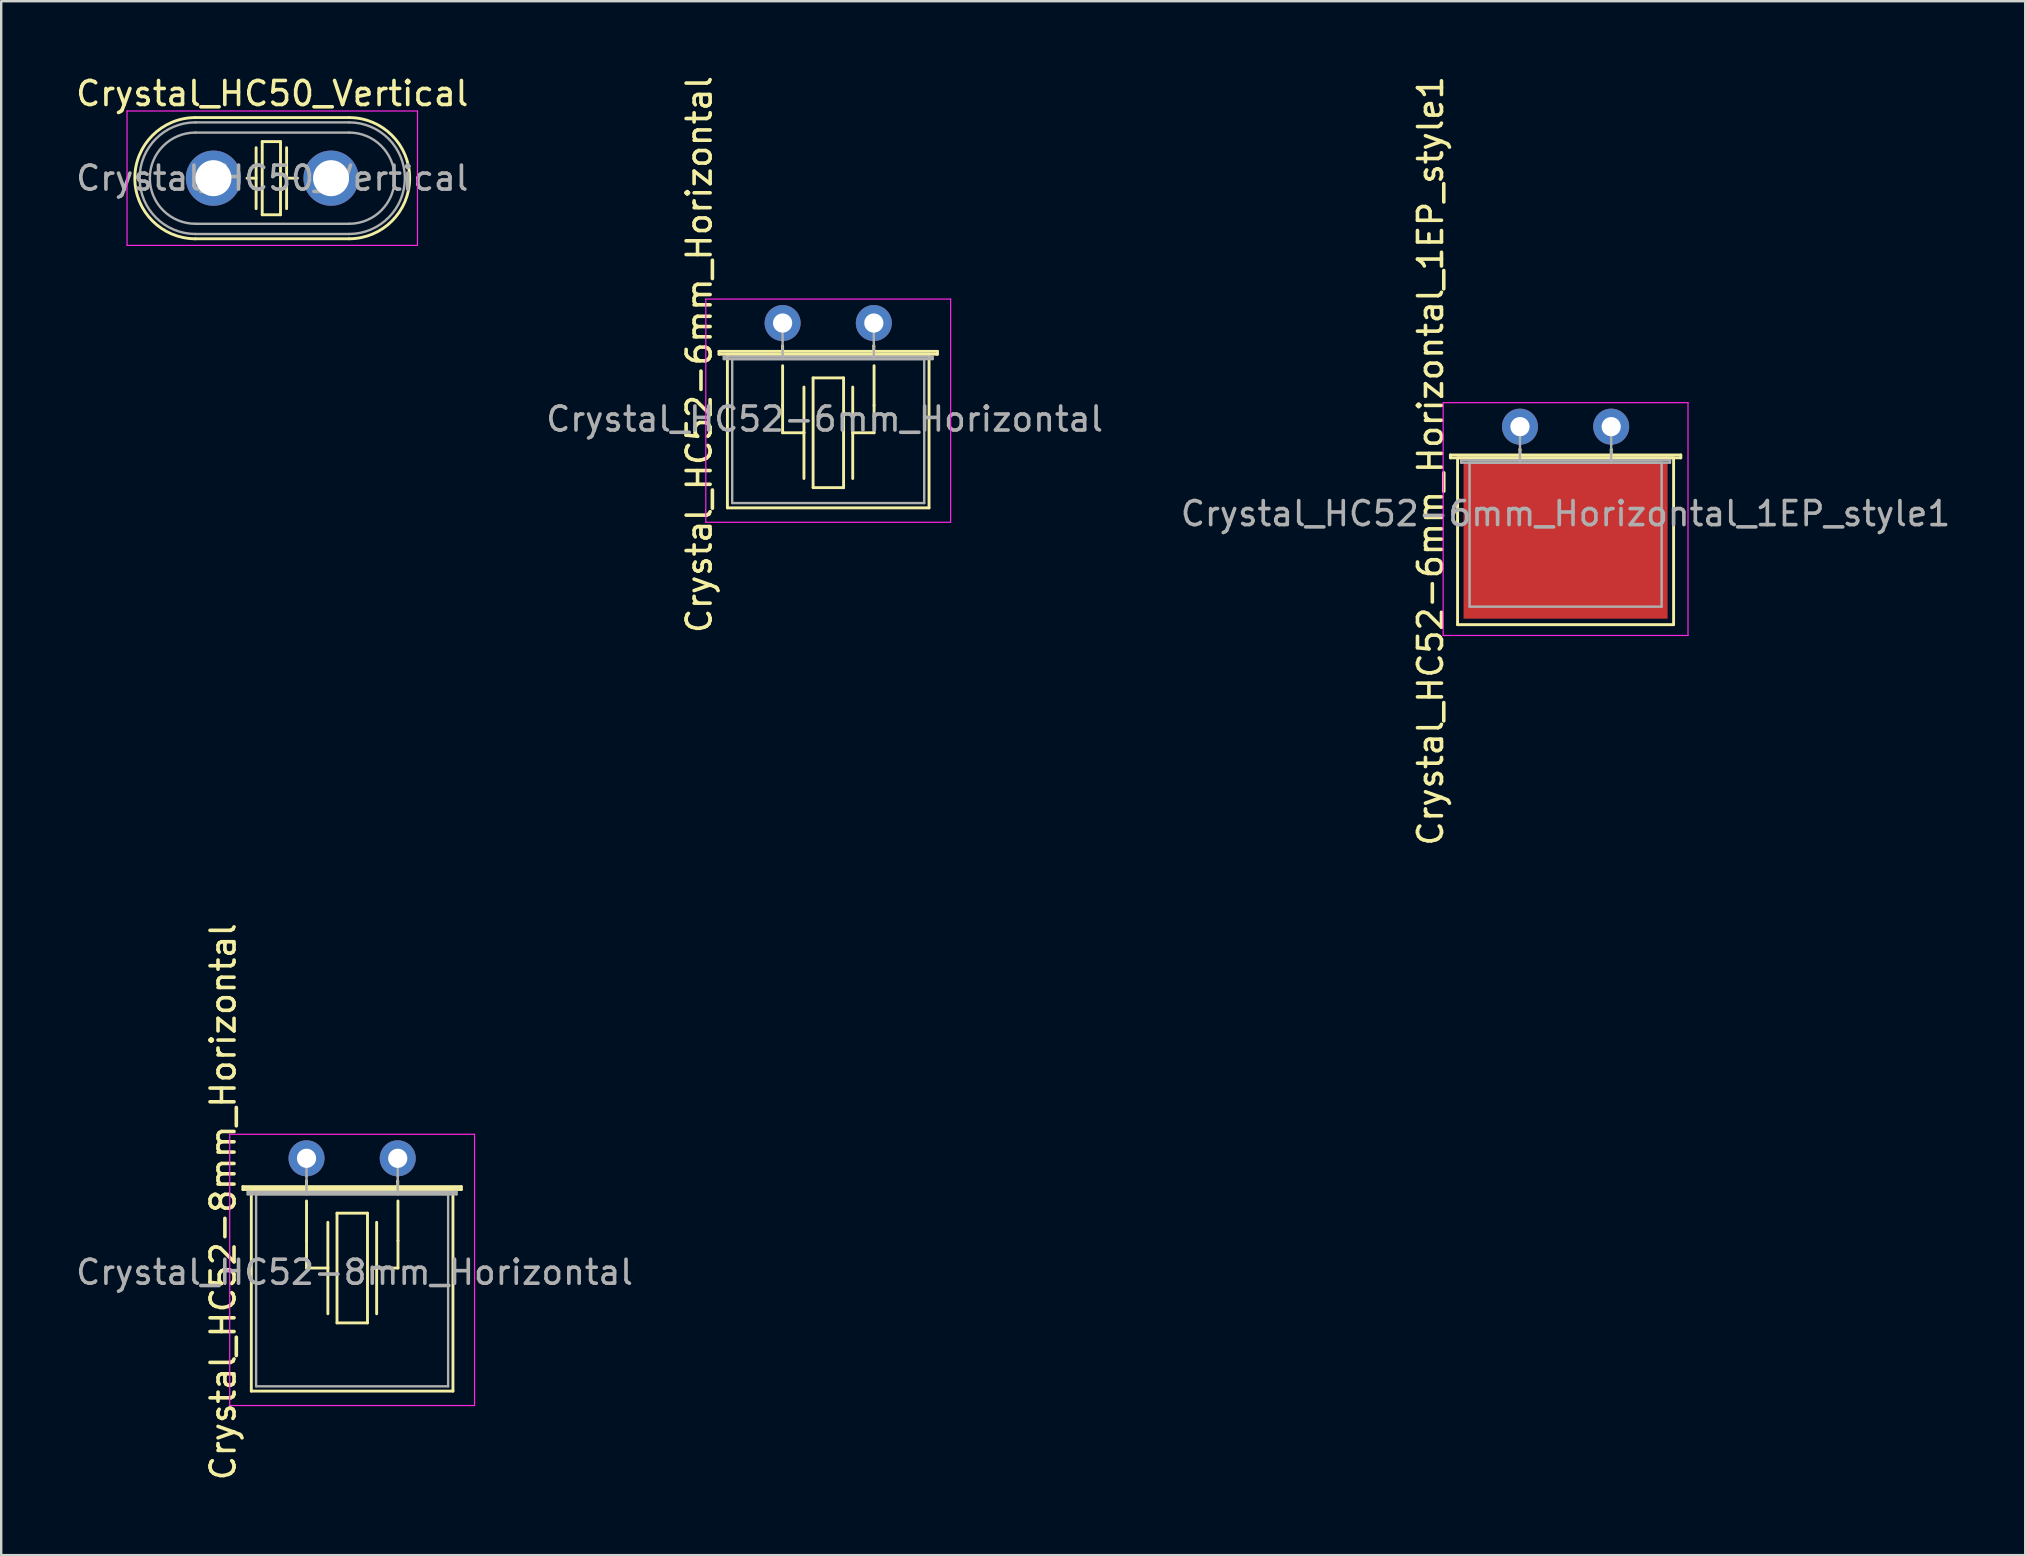
<source format=kicad_pcb>
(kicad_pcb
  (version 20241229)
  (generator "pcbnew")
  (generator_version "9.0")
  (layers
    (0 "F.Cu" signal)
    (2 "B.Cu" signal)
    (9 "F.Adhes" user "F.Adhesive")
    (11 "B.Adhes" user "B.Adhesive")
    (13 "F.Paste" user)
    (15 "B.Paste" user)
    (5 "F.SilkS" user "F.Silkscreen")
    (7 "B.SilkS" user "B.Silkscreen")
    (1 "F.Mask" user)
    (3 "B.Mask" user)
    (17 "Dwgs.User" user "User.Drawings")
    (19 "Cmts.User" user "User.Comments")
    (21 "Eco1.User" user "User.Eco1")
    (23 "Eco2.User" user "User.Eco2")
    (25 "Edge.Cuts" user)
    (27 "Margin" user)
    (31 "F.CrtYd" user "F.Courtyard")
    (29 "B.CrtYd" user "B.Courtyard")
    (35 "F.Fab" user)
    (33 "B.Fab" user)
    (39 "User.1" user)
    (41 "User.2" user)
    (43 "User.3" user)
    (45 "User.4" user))
  (footprint "Crystal_HC52-6mm_Horizontal"
    (layer "F.Cu")
    (at 29.554 10.408)
    (property "Reference" "Crystal_HC52-6mm_Horizontal" (at -3.475 1.312 90) (layer "F.SilkS") (effects (font (size 1 1) (thickness 0.15))))
    (attr through_hole)
    (fp_line (start -2.65 1.18) (end 6.45 1.18) (stroke (width 0.12) (type solid)) (layer "F.SilkS"))
    (fp_line (start -2.65 1.3) (end -2.65 1.18) (stroke (width 0.12) (type solid)) (layer "F.SilkS"))
    (fp_line (start -2.3 1.3) (end -2.3 7.7) (stroke (width 0.12) (type solid)) (layer "F.SilkS"))
    (fp_line (start -2.3 7.7) (end 6.1 7.7) (stroke (width 0.12) (type solid)) (layer "F.SilkS"))
    (fp_line (start 0 0.95) (end 0 0.95) (stroke (width 0.12) (type solid)) (layer "F.SilkS"))
    (fp_line (start 0 1.3) (end 0 0.95) (stroke (width 0.12) (type solid)) (layer "F.SilkS"))
    (fp_line (start 0 1.778) (end 0 3.429) (stroke (width 0.12) (type solid)) (layer "F.SilkS"))
    (fp_line (start 0 3.429) (end 0 4.572) (stroke (width 0.12) (type solid)) (layer "F.SilkS"))
    (fp_line (start 0 4.572) (end 0.889 4.572) (stroke (width 0.12) (type solid)) (layer "F.SilkS"))
    (fp_line (start 0.889 4.572) (end 0.889 2.667) (stroke (width 0.12) (type solid)) (layer "F.SilkS"))
    (fp_line (start 0.889 6.477) (end 0.889 4.572) (stroke (width 0.12) (type solid)) (layer "F.SilkS"))
    (fp_line (start 1.27 2.286) (end 1.27 6.858) (stroke (width 0.12) (type solid)) (layer "F.SilkS"))
    (fp_line (start 1.27 6.858) (end 2.54 6.858) (stroke (width 0.12) (type solid)) (layer "F.SilkS"))
    (fp_line (start 2.54 2.286) (end 1.27 2.286) (stroke (width 0.12) (type solid)) (layer "F.SilkS"))
    (fp_line (start 2.54 6.858) (end 2.54 2.286) (stroke (width 0.12) (type solid)) (layer "F.SilkS"))
    (fp_line (start 2.921 2.667) (end 2.921 4.572) (stroke (width 0.12) (type solid)) (layer "F.SilkS"))
    (fp_line (start 2.921 4.572) (end 2.921 6.477) (stroke (width 0.12) (type solid)) (layer "F.SilkS"))
    (fp_line (start 3.8 0.95) (end 3.8 0.95) (stroke (width 0.12) (type solid)) (layer "F.SilkS"))
    (fp_line (start 3.8 1.3) (end 3.8 0.95) (stroke (width 0.12) (type solid)) (layer "F.SilkS"))
    (fp_line (start 3.81 1.778) (end 3.81 3.429) (stroke (width 0.12) (type solid)) (layer "F.SilkS"))
    (fp_line (start 3.81 3.429) (end 3.81 4.572) (stroke (width 0.12) (type solid)) (layer "F.SilkS"))
    (fp_line (start 3.81 4.572) (end 2.921 4.572) (stroke (width 0.12) (type solid)) (layer "F.SilkS"))
    (fp_line (start 6.1 1.3) (end -2.3 1.3) (stroke (width 0.12) (type solid)) (layer "F.SilkS"))
    (fp_line (start 6.1 7.7) (end 6.1 1.3) (stroke (width 0.12) (type solid)) (layer "F.SilkS"))
    (fp_line (start 6.45 1.18) (end 6.45 1.3) (stroke (width 0.12) (type solid)) (layer "F.SilkS"))
    (fp_line (start 6.45 1.3) (end -2.65 1.3) (stroke (width 0.12) (type solid)) (layer "F.SilkS"))
    (fp_line (start -3.2 -1) (end -3.2 8.3) (stroke (width 0.05) (type solid)) (layer "F.CrtYd"))
    (fp_line (start -3.2 8.3) (end 7 8.3) (stroke (width 0.05) (type solid)) (layer "F.CrtYd"))
    (fp_line (start 7 -1) (end -3.2 -1) (stroke (width 0.05) (type solid)) (layer "F.CrtYd"))
    (fp_line (start 7 8.3) (end 7 -1) (stroke (width 0.05) (type solid)) (layer "F.CrtYd"))
    (fp_line (start -2.45 1.4) (end 6.25 1.4) (stroke (width 0.1) (type solid)) (layer "F.Fab"))
    (fp_line (start -2.45 1.5) (end -2.45 1.4) (stroke (width 0.1) (type solid)) (layer "F.Fab"))
    (fp_line (start -2.1 1.5) (end -2.1 7.5) (stroke (width 0.1) (type solid)) (layer "F.Fab"))
    (fp_line (start -2.1 7.5) (end 5.9 7.5) (stroke (width 0.1) (type solid)) (layer "F.Fab"))
    (fp_line (start 0 0.75) (end 0 0) (stroke (width 0.1) (type solid)) (layer "F.Fab"))
    (fp_line (start 0 1.5) (end 0 0.75) (stroke (width 0.1) (type solid)) (layer "F.Fab"))
    (fp_line (start 3.8 0.75) (end 3.8 0) (stroke (width 0.1) (type solid)) (layer "F.Fab"))
    (fp_line (start 3.8 1.5) (end 3.8 0.75) (stroke (width 0.1) (type solid)) (layer "F.Fab"))
    (fp_line (start 5.9 1.5) (end -2.1 1.5) (stroke (width 0.1) (type solid)) (layer "F.Fab"))
    (fp_line (start 5.9 7.5) (end 5.9 1.5) (stroke (width 0.1) (type solid)) (layer "F.Fab"))
    (fp_line (start 6.25 1.4) (end 6.25 1.5) (stroke (width 0.1) (type solid)) (layer "F.Fab"))
    (fp_line (start 6.25 1.5) (end -2.45 1.5) (stroke (width 0.1) (type solid)) (layer "F.Fab"))
    (fp_text user "${REFERENCE}" (at 1.75 4 0) (layer "F.Fab") (effects (font (size 1 1) (thickness 0.15))))
    (pad "1" thru_hole circle (at 0 0) (size 1.5 1.5) (drill 0.8) (layers "*.Cu" "*.Mask"))
    (pad "2" thru_hole circle (at 3.8 0) (size 1.5 1.5) (drill 0.8) (layers "*.Cu" "*.Mask")))
  (footprint "Crystal_HC52-6mm_Horizontal_1EP_style1"
    (layer "F.Cu")
    (at 60.273 14.724)
    (property "Reference" "Crystal_HC52-6mm_Horizontal_1EP_style1" (at -3.725 1.425 90) (layer "F.SilkS") (effects (font (size 1 1) (thickness 0.15))))
    (attr through_hole)
    (fp_line (start -2.9 1.18) (end 6.7 1.18) (stroke (width 0.12) (type solid)) (layer "F.SilkS"))
    (fp_line (start -2.9 1.3) (end -2.9 1.18) (stroke (width 0.12) (type solid)) (layer "F.SilkS"))
    (fp_line (start -2.6 1.3) (end -2.6 8.25) (stroke (width 0.12) (type solid)) (layer "F.SilkS"))
    (fp_line (start -2.6 8.25) (end 6.4 8.25) (stroke (width 0.12) (type solid)) (layer "F.SilkS"))
    (fp_line (start 0 0.95) (end 0 0.95) (stroke (width 0.12) (type solid)) (layer "F.SilkS"))
    (fp_line (start 0 1.3) (end 0 0.95) (stroke (width 0.12) (type solid)) (layer "F.SilkS"))
    (fp_line (start 3.8 0.95) (end 3.8 0.95) (stroke (width 0.12) (type solid)) (layer "F.SilkS"))
    (fp_line (start 3.8 1.3) (end 3.8 0.95) (stroke (width 0.12) (type solid)) (layer "F.SilkS"))
    (fp_line (start 6.35 1.3) (end -2.55 1.3) (stroke (width 0.12) (type solid)) (layer "F.SilkS"))
    (fp_line (start 6.4 8.25) (end 6.4 1.3) (stroke (width 0.12) (type solid)) (layer "F.SilkS"))
    (fp_line (start 6.7 1.18) (end 6.7 1.3) (stroke (width 0.12) (type solid)) (layer "F.SilkS"))
    (fp_line (start 6.7 1.3) (end -2.9 1.3) (stroke (width 0.12) (type solid)) (layer "F.SilkS"))
    (fp_line (start -3.2 -1) (end -3.2 8.7) (stroke (width 0.05) (type solid)) (layer "F.CrtYd"))
    (fp_line (start -3.2 8.7) (end 7 8.7) (stroke (width 0.05) (type solid)) (layer "F.CrtYd"))
    (fp_line (start 7 -1) (end -3.2 -1) (stroke (width 0.05) (type solid)) (layer "F.CrtYd"))
    (fp_line (start 7 8.7) (end 7 -1) (stroke (width 0.05) (type solid)) (layer "F.CrtYd"))
    (fp_line (start -2.45 1.4) (end 6.25 1.4) (stroke (width 0.1) (type solid)) (layer "F.Fab"))
    (fp_line (start -2.45 1.5) (end -2.45 1.4) (stroke (width 0.1) (type solid)) (layer "F.Fab"))
    (fp_line (start -2.1 1.5) (end -2.1 7.5) (stroke (width 0.1) (type solid)) (layer "F.Fab"))
    (fp_line (start -2.1 7.5) (end 5.9 7.5) (stroke (width 0.1) (type solid)) (layer "F.Fab"))
    (fp_line (start 0 0.75) (end 0 0) (stroke (width 0.1) (type solid)) (layer "F.Fab"))
    (fp_line (start 0 1.5) (end 0 0.75) (stroke (width 0.1) (type solid)) (layer "F.Fab"))
    (fp_line (start 3.8 0.75) (end 3.8 0) (stroke (width 0.1) (type solid)) (layer "F.Fab"))
    (fp_line (start 3.8 1.5) (end 3.8 0.75) (stroke (width 0.1) (type solid)) (layer "F.Fab"))
    (fp_line (start 5.9 1.5) (end -2.1 1.5) (stroke (width 0.1) (type solid)) (layer "F.Fab"))
    (fp_line (start 5.9 7.5) (end 5.9 1.5) (stroke (width 0.1) (type solid)) (layer "F.Fab"))
    (fp_line (start 6.25 1.4) (end 6.25 1.5) (stroke (width 0.1) (type solid)) (layer "F.Fab"))
    (fp_line (start 6.25 1.5) (end -2.45 1.5) (stroke (width 0.1) (type solid)) (layer "F.Fab"))
    (fp_text user "${REFERENCE}" (at 1.9 3.625 0) (layer "F.Fab") (effects (font (size 1 1) (thickness 0.15))))
    (pad "1" thru_hole circle (at 0 0) (size 1.5 1.5) (drill 0.8) (layers "*.Cu" "*.Mask"))
    (pad "2" thru_hole circle (at 3.8 0) (size 1.5 1.5) (drill 0.8) (layers "*.Cu" "*.Mask"))
    (pad "3" smd rect (at 1.9 4.75) (size 8.5 6.5) (layers "F.Cu" "F.Mask" "F.Paste")))
  (footprint "Crystal_HC50_Vertical"
    (layer "F.Cu")
    (at 5.842 4.373)
    (property "Reference" "Crystal_HC50_Vertical" (at 2.45 -3.525 0) (layer "F.SilkS") (effects (font (size 1 1) (thickness 0.15))))
    (attr through_hole)
    (fp_line (start -0.75 -2.525) (end 5.65 -2.525) (stroke (width 0.12) (type solid)) (layer "F.SilkS"))
    (fp_line (start -0.75 2.525) (end 5.65 2.525) (stroke (width 0.12) (type solid)) (layer "F.SilkS"))
    (fp_line (start 1.4 0) (end 1.778 0) (stroke (width 0.12) (type solid)) (layer "F.SilkS"))
    (fp_line (start 1.778 -1.27) (end 1.778 1.27) (stroke (width 0.12) (type solid)) (layer "F.SilkS"))
    (fp_line (start 2.032 -1.524) (end 2.032 1.524) (stroke (width 0.12) (type solid)) (layer "F.SilkS"))
    (fp_line (start 2.032 1.524) (end 2.794 1.524) (stroke (width 0.12) (type solid)) (layer "F.SilkS"))
    (fp_line (start 2.794 -1.524) (end 2.032 -1.524) (stroke (width 0.12) (type solid)) (layer "F.SilkS"))
    (fp_line (start 2.794 1.524) (end 2.794 -1.524) (stroke (width 0.12) (type solid)) (layer "F.SilkS"))
    (fp_line (start 3.048 -1.27) (end 3.048 1.27) (stroke (width 0.12) (type solid)) (layer "F.SilkS"))
    (fp_line (start 3.5 0) (end 3.048 0) (stroke (width 0.12) (type solid)) (layer "F.SilkS"))
    (fp_arc (start -0.75 2.525) (mid -3.275 0) (end -0.75 -2.525) (stroke (width 0.12) (type solid)) (layer "F.SilkS"))
    (fp_arc (start 5.65 -2.525) (mid 8.175 0) (end 5.65 2.525) (stroke (width 0.12) (type solid)) (layer "F.SilkS"))
    (fp_line (start -3.6 -2.8) (end -3.6 2.8) (stroke (width 0.05) (type solid)) (layer "F.CrtYd"))
    (fp_line (start -3.6 2.8) (end 8.5 2.8) (stroke (width 0.05) (type solid)) (layer "F.CrtYd"))
    (fp_line (start 8.5 -2.8) (end -3.6 -2.8) (stroke (width 0.05) (type solid)) (layer "F.CrtYd"))
    (fp_line (start 8.5 2.8) (end 8.5 -2.8) (stroke (width 0.05) (type solid)) (layer "F.CrtYd"))
    (fp_line (start -0.75 -2.325) (end 5.65 -2.325) (stroke (width 0.1) (type solid)) (layer "F.Fab"))
    (fp_line (start -0.75 -1.9) (end 5.65 -1.9) (stroke (width 0.1) (type solid)) (layer "F.Fab"))
    (fp_line (start -0.75 1.9) (end 5.65 1.9) (stroke (width 0.1) (type solid)) (layer "F.Fab"))
    (fp_line (start -0.75 2.325) (end 5.65 2.325) (stroke (width 0.1) (type solid)) (layer "F.Fab"))
    (fp_arc (start -0.75 1.9) (mid -2.65 0) (end -0.75 -1.9) (stroke (width 0.1) (type solid)) (layer "F.Fab"))
    (fp_arc (start -0.75 2.325) (mid -3.075 0) (end -0.75 -2.325) (stroke (width 0.1) (type solid)) (layer "F.Fab"))
    (fp_arc (start 5.65 -2.325) (mid 7.975 0) (end 5.65 2.325) (stroke (width 0.1) (type solid)) (layer "F.Fab"))
    (fp_arc (start 5.65 -1.9) (mid 7.55 0) (end 5.65 1.9) (stroke (width 0.1) (type solid)) (layer "F.Fab"))
    (fp_text user "${REFERENCE}" (at 2.45 0 0) (layer "F.Fab") (effects (font (size 1 1) (thickness 0.15))))
    (pad "1" thru_hole circle (at 0 0) (size 2.3 2.3) (drill 1.5) (layers "*.Cu" "*.Mask"))
    (pad "2" thru_hole circle (at 4.9 0) (size 2.3 2.3) (drill 1.5) (layers "*.Cu" "*.Mask")))
  (footprint "Crystal_HC52-8mm_Horizontal"
    (layer "F.Cu")
    (at 9.72 45.205)
    (property "Reference" "Crystal_HC52-8mm_Horizontal" (at -3.475 1.812 90) (layer "F.SilkS") (effects (font (size 1 1) (thickness 0.15))))
    (attr through_hole)
    (fp_line (start -2.65 1.18) (end 6.45 1.18) (stroke (width 0.12) (type solid)) (layer "F.SilkS"))
    (fp_line (start -2.65 1.3) (end -2.65 1.18) (stroke (width 0.12) (type solid)) (layer "F.SilkS"))
    (fp_line (start -2.3 1.3) (end -2.3 9.7) (stroke (width 0.12) (type solid)) (layer "F.SilkS"))
    (fp_line (start -2.3 9.7) (end 6.1 9.7) (stroke (width 0.12) (type solid)) (layer "F.SilkS"))
    (fp_line (start 0 0.95) (end 0 0.95) (stroke (width 0.12) (type solid)) (layer "F.SilkS"))
    (fp_line (start 0 1.3) (end 0 0.95) (stroke (width 0.12) (type solid)) (layer "F.SilkS"))
    (fp_line (start 0 1.778) (end 0 3.429) (stroke (width 0.12) (type solid)) (layer "F.SilkS"))
    (fp_line (start 0 3.429) (end 0 4.572) (stroke (width 0.12) (type solid)) (layer "F.SilkS"))
    (fp_line (start 0 4.572) (end 0.889 4.572) (stroke (width 0.12) (type solid)) (layer "F.SilkS"))
    (fp_line (start 0.889 4.572) (end 0.889 2.667) (stroke (width 0.12) (type solid)) (layer "F.SilkS"))
    (fp_line (start 0.889 6.477) (end 0.889 4.572) (stroke (width 0.12) (type solid)) (layer "F.SilkS"))
    (fp_line (start 1.27 2.286) (end 1.27 6.858) (stroke (width 0.12) (type solid)) (layer "F.SilkS"))
    (fp_line (start 1.27 6.858) (end 2.54 6.858) (stroke (width 0.12) (type solid)) (layer "F.SilkS"))
    (fp_line (start 2.54 2.286) (end 1.27 2.286) (stroke (width 0.12) (type solid)) (layer "F.SilkS"))
    (fp_line (start 2.54 6.858) (end 2.54 2.286) (stroke (width 0.12) (type solid)) (layer "F.SilkS"))
    (fp_line (start 2.921 2.667) (end 2.921 4.572) (stroke (width 0.12) (type solid)) (layer "F.SilkS"))
    (fp_line (start 2.921 4.572) (end 2.921 6.477) (stroke (width 0.12) (type solid)) (layer "F.SilkS"))
    (fp_line (start 3.8 0.95) (end 3.8 0.95) (stroke (width 0.12) (type solid)) (layer "F.SilkS"))
    (fp_line (start 3.8 1.3) (end 3.8 0.95) (stroke (width 0.12) (type solid)) (layer "F.SilkS"))
    (fp_line (start 3.81 1.778) (end 3.81 3.429) (stroke (width 0.12) (type solid)) (layer "F.SilkS"))
    (fp_line (start 3.81 3.429) (end 3.81 4.572) (stroke (width 0.12) (type solid)) (layer "F.SilkS"))
    (fp_line (start 3.81 4.572) (end 2.921 4.572) (stroke (width 0.12) (type solid)) (layer "F.SilkS"))
    (fp_line (start 6.1 1.3) (end -2.3 1.3) (stroke (width 0.12) (type solid)) (layer "F.SilkS"))
    (fp_line (start 6.1 9.7) (end 6.1 1.3) (stroke (width 0.12) (type solid)) (layer "F.SilkS"))
    (fp_line (start 6.45 1.18) (end 6.45 1.3) (stroke (width 0.12) (type solid)) (layer "F.SilkS"))
    (fp_line (start 6.45 1.3) (end -2.65 1.3) (stroke (width 0.12) (type solid)) (layer "F.SilkS"))
    (fp_line (start -3.2 -1) (end -3.2 10.3) (stroke (width 0.05) (type solid)) (layer "F.CrtYd"))
    (fp_line (start -3.2 10.3) (end 7 10.3) (stroke (width 0.05) (type solid)) (layer "F.CrtYd"))
    (fp_line (start 7 -1) (end -3.2 -1) (stroke (width 0.05) (type solid)) (layer "F.CrtYd"))
    (fp_line (start 7 10.3) (end 7 -1) (stroke (width 0.05) (type solid)) (layer "F.CrtYd"))
    (fp_line (start -2.45 1.4) (end 6.25 1.4) (stroke (width 0.1) (type solid)) (layer "F.Fab"))
    (fp_line (start -2.45 1.5) (end -2.45 1.4) (stroke (width 0.1) (type solid)) (layer "F.Fab"))
    (fp_line (start -2.1 1.5) (end -2.1 9.5) (stroke (width 0.1) (type solid)) (layer "F.Fab"))
    (fp_line (start -2.1 9.5) (end 5.9 9.5) (stroke (width 0.1) (type solid)) (layer "F.Fab"))
    (fp_line (start 0 0.75) (end 0 0) (stroke (width 0.1) (type solid)) (layer "F.Fab"))
    (fp_line (start 0 1.5) (end 0 0.75) (stroke (width 0.1) (type solid)) (layer "F.Fab"))
    (fp_line (start 3.8 0.75) (end 3.8 0) (stroke (width 0.1) (type solid)) (layer "F.Fab"))
    (fp_line (start 3.8 1.5) (end 3.8 0.75) (stroke (width 0.1) (type solid)) (layer "F.Fab"))
    (fp_line (start 5.9 1.5) (end -2.1 1.5) (stroke (width 0.1) (type solid)) (layer "F.Fab"))
    (fp_line (start 5.9 9.5) (end 5.9 1.5) (stroke (width 0.1) (type solid)) (layer "F.Fab"))
    (fp_line (start 6.25 1.4) (end 6.25 1.5) (stroke (width 0.1) (type solid)) (layer "F.Fab"))
    (fp_line (start 6.25 1.5) (end -2.45 1.5) (stroke (width 0.1) (type solid)) (layer "F.Fab"))
    (fp_text user "${REFERENCE}" (at 2 4.75 0) (layer "F.Fab") (effects (font (size 1 1) (thickness 0.15))))
    (pad "1" thru_hole circle (at 0 0) (size 1.5 1.5) (drill 0.8) (layers "*.Cu" "*.Mask"))
    (pad "2" thru_hole circle (at 3.8 0) (size 1.5 1.5) (drill 0.8) (layers "*.Cu" "*.Mask")))
  (gr_rect
    (start -3 -3)
    (end 81.321 61.738)
    (stroke (width 0.1) (type default))
    (fill no)
    (layer "Edge.Cuts")))
</source>
